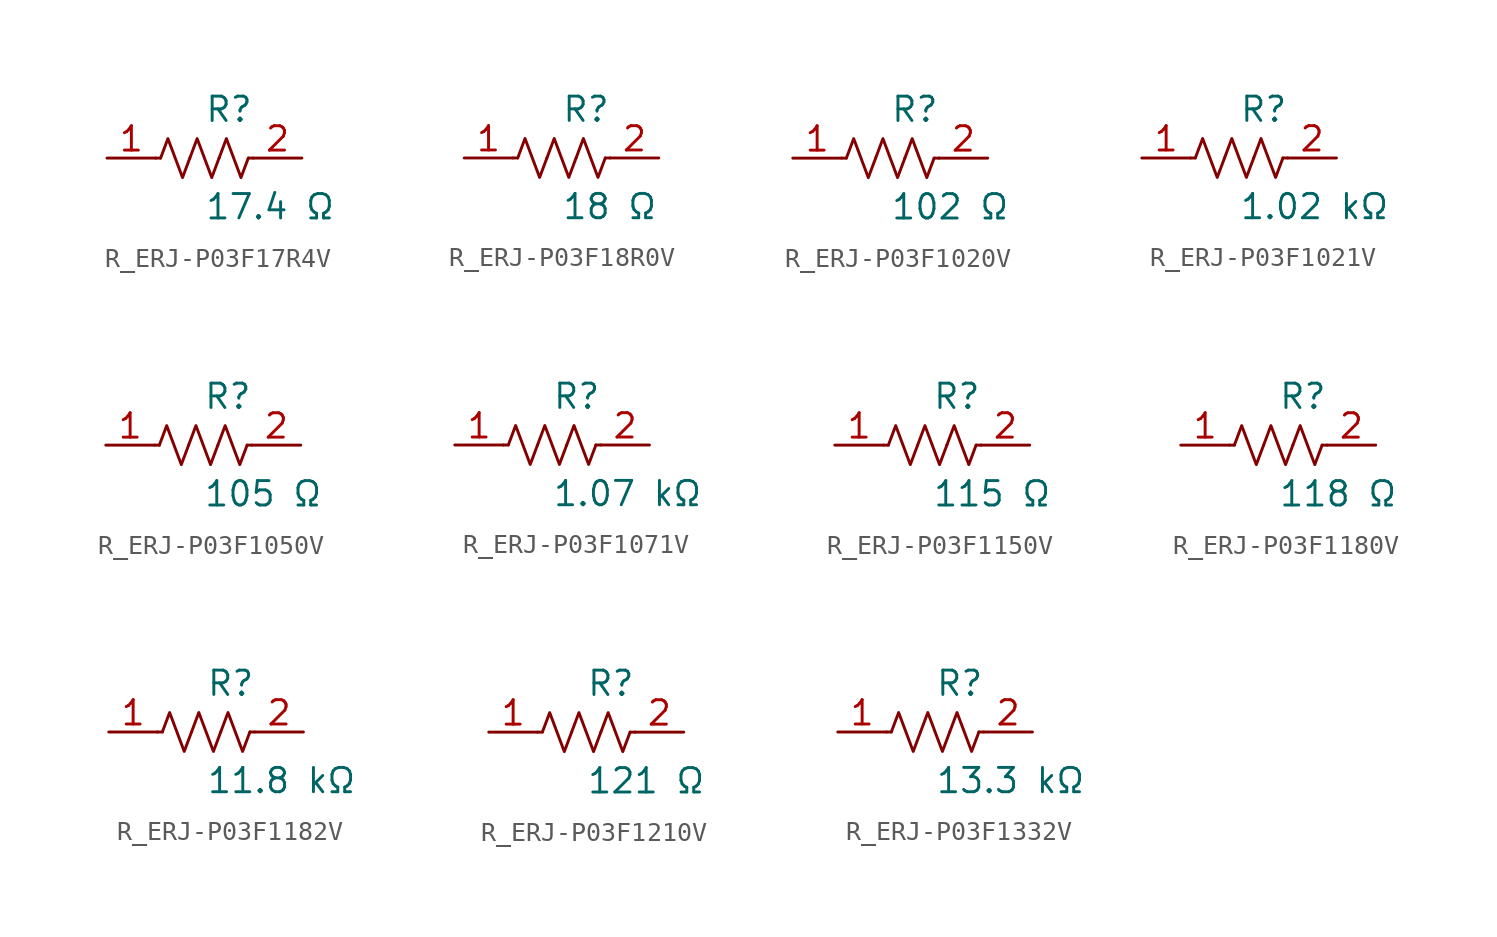
<source format=kicad_sym>
(kicad_symbol_lib
  (version 20231120)
  (generator kicad_symbol_editor)
  (generator_version 8.0)
  (symbol "R_ERJ-P03F17R4V"
    (pin_names
      (offset 0.254))
    (property "Reference" "R"
      (at 0.0 2.54 0)
      (effects (font (size 1.27 1.27)) (justify left)))
    (property "Value" "17.4 Ω"
      (at 0.0 -2.54 0)
      (effects (font (size 1.27 1.27)) (justify left)))
    (symbol "R_ERJ-P03F17R4V_0_1"
      (polyline (pts (xy 2.286 0) (xy 2.54 0)) (stroke (width 0) (type default)) (fill (type none)))
      (polyline (pts (xy -2.286 0) (xy -2.54 0)) (stroke (width 0) (type default)) (fill (type none)))
      (polyline (pts (xy 0.762 0) (xy 1.143 1.016) (xy 1.524 0) (xy 1.905 -1.016) (xy 2.286 0)) (stroke (width 0) (type default)) (fill (type none)))
      (polyline (pts (xy -0.762 0) (xy -0.381 1.016) (xy 0 0) (xy 0.381 -1.016) (xy 0.762 0)) (stroke (width 0) (type default)) (fill (type none)))
      (polyline (pts (xy -2.286 0) (xy -1.905 1.016) (xy -1.524 0) (xy -1.143 -1.016) (xy -0.762 0)) (stroke (width 0) (type default)) (fill (type none))))
    (pin unspecified line
      (at -5.08 0 0)
      (length 2.54)
      (name "" (effects (font (size 1.27 1.27))))
      (number "1" (effects (font (size 1.27 1.27)))))
    (pin unspecified line
      (at 5.08 0 180)
      (length 2.54)
      (name "" (effects (font (size 1.27 1.27))))
      (number "2" (effects (font (size 1.27 1.27))))))
  (symbol "R_ERJ-P03F18R0V"
    (pin_names
      (offset 0.254))
    (property "Reference" "R"
      (at 0.0 2.54 0)
      (effects (font (size 1.27 1.27)) (justify left)))
    (property "Value" "18 Ω"
      (at 0.0 -2.54 0)
      (effects (font (size 1.27 1.27)) (justify left)))
    (symbol "R_ERJ-P03F18R0V_0_1"
      (polyline (pts (xy 2.286 0) (xy 2.54 0)) (stroke (width 0) (type default)) (fill (type none)))
      (polyline (pts (xy -2.286 0) (xy -2.54 0)) (stroke (width 0) (type default)) (fill (type none)))
      (polyline (pts (xy 0.762 0) (xy 1.143 1.016) (xy 1.524 0) (xy 1.905 -1.016) (xy 2.286 0)) (stroke (width 0) (type default)) (fill (type none)))
      (polyline (pts (xy -0.762 0) (xy -0.381 1.016) (xy 0 0) (xy 0.381 -1.016) (xy 0.762 0)) (stroke (width 0) (type default)) (fill (type none)))
      (polyline (pts (xy -2.286 0) (xy -1.905 1.016) (xy -1.524 0) (xy -1.143 -1.016) (xy -0.762 0)) (stroke (width 0) (type default)) (fill (type none))))
    (pin unspecified line
      (at -5.08 0 0)
      (length 2.54)
      (name "" (effects (font (size 1.27 1.27))))
      (number "1" (effects (font (size 1.27 1.27)))))
    (pin unspecified line
      (at 5.08 0 180)
      (length 2.54)
      (name "" (effects (font (size 1.27 1.27))))
      (number "2" (effects (font (size 1.27 1.27))))))
  (symbol "R_ERJ-P03F1020V"
    (pin_names
      (offset 0.254))
    (property "Reference" "R"
      (at 0.0 2.54 0)
      (effects (font (size 1.27 1.27)) (justify left)))
    (property "Value" "102 Ω"
      (at 0.0 -2.54 0)
      (effects (font (size 1.27 1.27)) (justify left)))
    (symbol "R_ERJ-P03F1020V_0_1"
      (polyline (pts (xy 2.286 0) (xy 2.54 0)) (stroke (width 0) (type default)) (fill (type none)))
      (polyline (pts (xy -2.286 0) (xy -2.54 0)) (stroke (width 0) (type default)) (fill (type none)))
      (polyline (pts (xy 0.762 0) (xy 1.143 1.016) (xy 1.524 0) (xy 1.905 -1.016) (xy 2.286 0)) (stroke (width 0) (type default)) (fill (type none)))
      (polyline (pts (xy -0.762 0) (xy -0.381 1.016) (xy 0 0) (xy 0.381 -1.016) (xy 0.762 0)) (stroke (width 0) (type default)) (fill (type none)))
      (polyline (pts (xy -2.286 0) (xy -1.905 1.016) (xy -1.524 0) (xy -1.143 -1.016) (xy -0.762 0)) (stroke (width 0) (type default)) (fill (type none))))
    (pin unspecified line
      (at -5.08 0 0)
      (length 2.54)
      (name "" (effects (font (size 1.27 1.27))))
      (number "1" (effects (font (size 1.27 1.27)))))
    (pin unspecified line
      (at 5.08 0 180)
      (length 2.54)
      (name "" (effects (font (size 1.27 1.27))))
      (number "2" (effects (font (size 1.27 1.27))))))
  (symbol "R_ERJ-P03F1021V"
    (pin_names
      (offset 0.254))
    (property "Reference" "R"
      (at 0.0 2.54 0)
      (effects (font (size 1.27 1.27)) (justify left)))
    (property "Value" "1.02 kΩ"
      (at 0.0 -2.54 0)
      (effects (font (size 1.27 1.27)) (justify left)))
    (symbol "R_ERJ-P03F1021V_0_1"
      (polyline (pts (xy 2.286 0) (xy 2.54 0)) (stroke (width 0) (type default)) (fill (type none)))
      (polyline (pts (xy -2.286 0) (xy -2.54 0)) (stroke (width 0) (type default)) (fill (type none)))
      (polyline (pts (xy 0.762 0) (xy 1.143 1.016) (xy 1.524 0) (xy 1.905 -1.016) (xy 2.286 0)) (stroke (width 0) (type default)) (fill (type none)))
      (polyline (pts (xy -0.762 0) (xy -0.381 1.016) (xy 0 0) (xy 0.381 -1.016) (xy 0.762 0)) (stroke (width 0) (type default)) (fill (type none)))
      (polyline (pts (xy -2.286 0) (xy -1.905 1.016) (xy -1.524 0) (xy -1.143 -1.016) (xy -0.762 0)) (stroke (width 0) (type default)) (fill (type none))))
    (pin unspecified line
      (at -5.08 0 0)
      (length 2.54)
      (name "" (effects (font (size 1.27 1.27))))
      (number "1" (effects (font (size 1.27 1.27)))))
    (pin unspecified line
      (at 5.08 0 180)
      (length 2.54)
      (name "" (effects (font (size 1.27 1.27))))
      (number "2" (effects (font (size 1.27 1.27))))))
  (symbol "R_ERJ-P03F1050V"
    (pin_names
      (offset 0.254))
    (property "Reference" "R"
      (at 0.0 2.54 0)
      (effects (font (size 1.27 1.27)) (justify left)))
    (property "Value" "105 Ω"
      (at 0.0 -2.54 0)
      (effects (font (size 1.27 1.27)) (justify left)))
    (symbol "R_ERJ-P03F1050V_0_1"
      (polyline (pts (xy 2.286 0) (xy 2.54 0)) (stroke (width 0) (type default)) (fill (type none)))
      (polyline (pts (xy -2.286 0) (xy -2.54 0)) (stroke (width 0) (type default)) (fill (type none)))
      (polyline (pts (xy 0.762 0) (xy 1.143 1.016) (xy 1.524 0) (xy 1.905 -1.016) (xy 2.286 0)) (stroke (width 0) (type default)) (fill (type none)))
      (polyline (pts (xy -0.762 0) (xy -0.381 1.016) (xy 0 0) (xy 0.381 -1.016) (xy 0.762 0)) (stroke (width 0) (type default)) (fill (type none)))
      (polyline (pts (xy -2.286 0) (xy -1.905 1.016) (xy -1.524 0) (xy -1.143 -1.016) (xy -0.762 0)) (stroke (width 0) (type default)) (fill (type none))))
    (pin unspecified line
      (at -5.08 0 0)
      (length 2.54)
      (name "" (effects (font (size 1.27 1.27))))
      (number "1" (effects (font (size 1.27 1.27)))))
    (pin unspecified line
      (at 5.08 0 180)
      (length 2.54)
      (name "" (effects (font (size 1.27 1.27))))
      (number "2" (effects (font (size 1.27 1.27))))))
  (symbol "R_ERJ-P03F1071V"
    (pin_names
      (offset 0.254))
    (property "Reference" "R"
      (at 0.0 2.54 0)
      (effects (font (size 1.27 1.27)) (justify left)))
    (property "Value" "1.07 kΩ"
      (at 0.0 -2.54 0)
      (effects (font (size 1.27 1.27)) (justify left)))
    (symbol "R_ERJ-P03F1071V_0_1"
      (polyline (pts (xy 2.286 0) (xy 2.54 0)) (stroke (width 0) (type default)) (fill (type none)))
      (polyline (pts (xy -2.286 0) (xy -2.54 0)) (stroke (width 0) (type default)) (fill (type none)))
      (polyline (pts (xy 0.762 0) (xy 1.143 1.016) (xy 1.524 0) (xy 1.905 -1.016) (xy 2.286 0)) (stroke (width 0) (type default)) (fill (type none)))
      (polyline (pts (xy -0.762 0) (xy -0.381 1.016) (xy 0 0) (xy 0.381 -1.016) (xy 0.762 0)) (stroke (width 0) (type default)) (fill (type none)))
      (polyline (pts (xy -2.286 0) (xy -1.905 1.016) (xy -1.524 0) (xy -1.143 -1.016) (xy -0.762 0)) (stroke (width 0) (type default)) (fill (type none))))
    (pin unspecified line
      (at -5.08 0 0)
      (length 2.54)
      (name "" (effects (font (size 1.27 1.27))))
      (number "1" (effects (font (size 1.27 1.27)))))
    (pin unspecified line
      (at 5.08 0 180)
      (length 2.54)
      (name "" (effects (font (size 1.27 1.27))))
      (number "2" (effects (font (size 1.27 1.27))))))
  (symbol "R_ERJ-P03F1150V"
    (pin_names
      (offset 0.254))
    (property "Reference" "R"
      (at 0.0 2.54 0)
      (effects (font (size 1.27 1.27)) (justify left)))
    (property "Value" "115 Ω"
      (at 0.0 -2.54 0)
      (effects (font (size 1.27 1.27)) (justify left)))
    (symbol "R_ERJ-P03F1150V_0_1"
      (polyline (pts (xy 2.286 0) (xy 2.54 0)) (stroke (width 0) (type default)) (fill (type none)))
      (polyline (pts (xy -2.286 0) (xy -2.54 0)) (stroke (width 0) (type default)) (fill (type none)))
      (polyline (pts (xy 0.762 0) (xy 1.143 1.016) (xy 1.524 0) (xy 1.905 -1.016) (xy 2.286 0)) (stroke (width 0) (type default)) (fill (type none)))
      (polyline (pts (xy -0.762 0) (xy -0.381 1.016) (xy 0 0) (xy 0.381 -1.016) (xy 0.762 0)) (stroke (width 0) (type default)) (fill (type none)))
      (polyline (pts (xy -2.286 0) (xy -1.905 1.016) (xy -1.524 0) (xy -1.143 -1.016) (xy -0.762 0)) (stroke (width 0) (type default)) (fill (type none))))
    (pin unspecified line
      (at -5.08 0 0)
      (length 2.54)
      (name "" (effects (font (size 1.27 1.27))))
      (number "1" (effects (font (size 1.27 1.27)))))
    (pin unspecified line
      (at 5.08 0 180)
      (length 2.54)
      (name "" (effects (font (size 1.27 1.27))))
      (number "2" (effects (font (size 1.27 1.27))))))
  (symbol "R_ERJ-P03F1180V"
    (pin_names
      (offset 0.254))
    (property "Reference" "R"
      (at 0.0 2.54 0)
      (effects (font (size 1.27 1.27)) (justify left)))
    (property "Value" "118 Ω"
      (at 0.0 -2.54 0)
      (effects (font (size 1.27 1.27)) (justify left)))
    (symbol "R_ERJ-P03F1180V_0_1"
      (polyline (pts (xy 2.286 0) (xy 2.54 0)) (stroke (width 0) (type default)) (fill (type none)))
      (polyline (pts (xy -2.286 0) (xy -2.54 0)) (stroke (width 0) (type default)) (fill (type none)))
      (polyline (pts (xy 0.762 0) (xy 1.143 1.016) (xy 1.524 0) (xy 1.905 -1.016) (xy 2.286 0)) (stroke (width 0) (type default)) (fill (type none)))
      (polyline (pts (xy -0.762 0) (xy -0.381 1.016) (xy 0 0) (xy 0.381 -1.016) (xy 0.762 0)) (stroke (width 0) (type default)) (fill (type none)))
      (polyline (pts (xy -2.286 0) (xy -1.905 1.016) (xy -1.524 0) (xy -1.143 -1.016) (xy -0.762 0)) (stroke (width 0) (type default)) (fill (type none))))
    (pin unspecified line
      (at -5.08 0 0)
      (length 2.54)
      (name "" (effects (font (size 1.27 1.27))))
      (number "1" (effects (font (size 1.27 1.27)))))
    (pin unspecified line
      (at 5.08 0 180)
      (length 2.54)
      (name "" (effects (font (size 1.27 1.27))))
      (number "2" (effects (font (size 1.27 1.27))))))
  (symbol "R_ERJ-P03F1182V"
    (pin_names
      (offset 0.254))
    (property "Reference" "R"
      (at 0.0 2.54 0)
      (effects (font (size 1.27 1.27)) (justify left)))
    (property "Value" "11.8 kΩ"
      (at 0.0 -2.54 0)
      (effects (font (size 1.27 1.27)) (justify left)))
    (symbol "R_ERJ-P03F1182V_0_1"
      (polyline (pts (xy 2.286 0) (xy 2.54 0)) (stroke (width 0) (type default)) (fill (type none)))
      (polyline (pts (xy -2.286 0) (xy -2.54 0)) (stroke (width 0) (type default)) (fill (type none)))
      (polyline (pts (xy 0.762 0) (xy 1.143 1.016) (xy 1.524 0) (xy 1.905 -1.016) (xy 2.286 0)) (stroke (width 0) (type default)) (fill (type none)))
      (polyline (pts (xy -0.762 0) (xy -0.381 1.016) (xy 0 0) (xy 0.381 -1.016) (xy 0.762 0)) (stroke (width 0) (type default)) (fill (type none)))
      (polyline (pts (xy -2.286 0) (xy -1.905 1.016) (xy -1.524 0) (xy -1.143 -1.016) (xy -0.762 0)) (stroke (width 0) (type default)) (fill (type none))))
    (pin unspecified line
      (at -5.08 0 0)
      (length 2.54)
      (name "" (effects (font (size 1.27 1.27))))
      (number "1" (effects (font (size 1.27 1.27)))))
    (pin unspecified line
      (at 5.08 0 180)
      (length 2.54)
      (name "" (effects (font (size 1.27 1.27))))
      (number "2" (effects (font (size 1.27 1.27))))))
  (symbol "R_ERJ-P03F1210V"
    (pin_names
      (offset 0.254))
    (property "Reference" "R"
      (at 0.0 2.54 0)
      (effects (font (size 1.27 1.27)) (justify left)))
    (property "Value" "121 Ω"
      (at 0.0 -2.54 0)
      (effects (font (size 1.27 1.27)) (justify left)))
    (symbol "R_ERJ-P03F1210V_0_1"
      (polyline (pts (xy 2.286 0) (xy 2.54 0)) (stroke (width 0) (type default)) (fill (type none)))
      (polyline (pts (xy -2.286 0) (xy -2.54 0)) (stroke (width 0) (type default)) (fill (type none)))
      (polyline (pts (xy 0.762 0) (xy 1.143 1.016) (xy 1.524 0) (xy 1.905 -1.016) (xy 2.286 0)) (stroke (width 0) (type default)) (fill (type none)))
      (polyline (pts (xy -0.762 0) (xy -0.381 1.016) (xy 0 0) (xy 0.381 -1.016) (xy 0.762 0)) (stroke (width 0) (type default)) (fill (type none)))
      (polyline (pts (xy -2.286 0) (xy -1.905 1.016) (xy -1.524 0) (xy -1.143 -1.016) (xy -0.762 0)) (stroke (width 0) (type default)) (fill (type none))))
    (pin unspecified line
      (at -5.08 0 0)
      (length 2.54)
      (name "" (effects (font (size 1.27 1.27))))
      (number "1" (effects (font (size 1.27 1.27)))))
    (pin unspecified line
      (at 5.08 0 180)
      (length 2.54)
      (name "" (effects (font (size 1.27 1.27))))
      (number "2" (effects (font (size 1.27 1.27))))))
  (symbol "R_ERJ-P03F1332V"
    (pin_names
      (offset 0.254))
    (property "Reference" "R"
      (at 0.0 2.54 0)
      (effects (font (size 1.27 1.27)) (justify left)))
    (property "Value" "13.3 kΩ"
      (at 0.0 -2.54 0)
      (effects (font (size 1.27 1.27)) (justify left)))
    (symbol "R_ERJ-P03F1332V_0_1"
      (polyline (pts (xy 2.286 0) (xy 2.54 0)) (stroke (width 0) (type default)) (fill (type none)))
      (polyline (pts (xy -2.286 0) (xy -2.54 0)) (stroke (width 0) (type default)) (fill (type none)))
      (polyline (pts (xy 0.762 0) (xy 1.143 1.016) (xy 1.524 0) (xy 1.905 -1.016) (xy 2.286 0)) (stroke (width 0) (type default)) (fill (type none)))
      (polyline (pts (xy -0.762 0) (xy -0.381 1.016) (xy 0 0) (xy 0.381 -1.016) (xy 0.762 0)) (stroke (width 0) (type default)) (fill (type none)))
      (polyline (pts (xy -2.286 0) (xy -1.905 1.016) (xy -1.524 0) (xy -1.143 -1.016) (xy -0.762 0)) (stroke (width 0) (type default)) (fill (type none))))
    (pin unspecified line
      (at -5.08 0 0)
      (length 2.54)
      (name "" (effects (font (size 1.27 1.27))))
      (number "1" (effects (font (size 1.27 1.27)))))
    (pin unspecified line
      (at 5.08 0 180)
      (length 2.54)
      (name "" (effects (font (size 1.27 1.27))))
      (number "2" (effects (font (size 1.27 1.27)))))))
</source>
